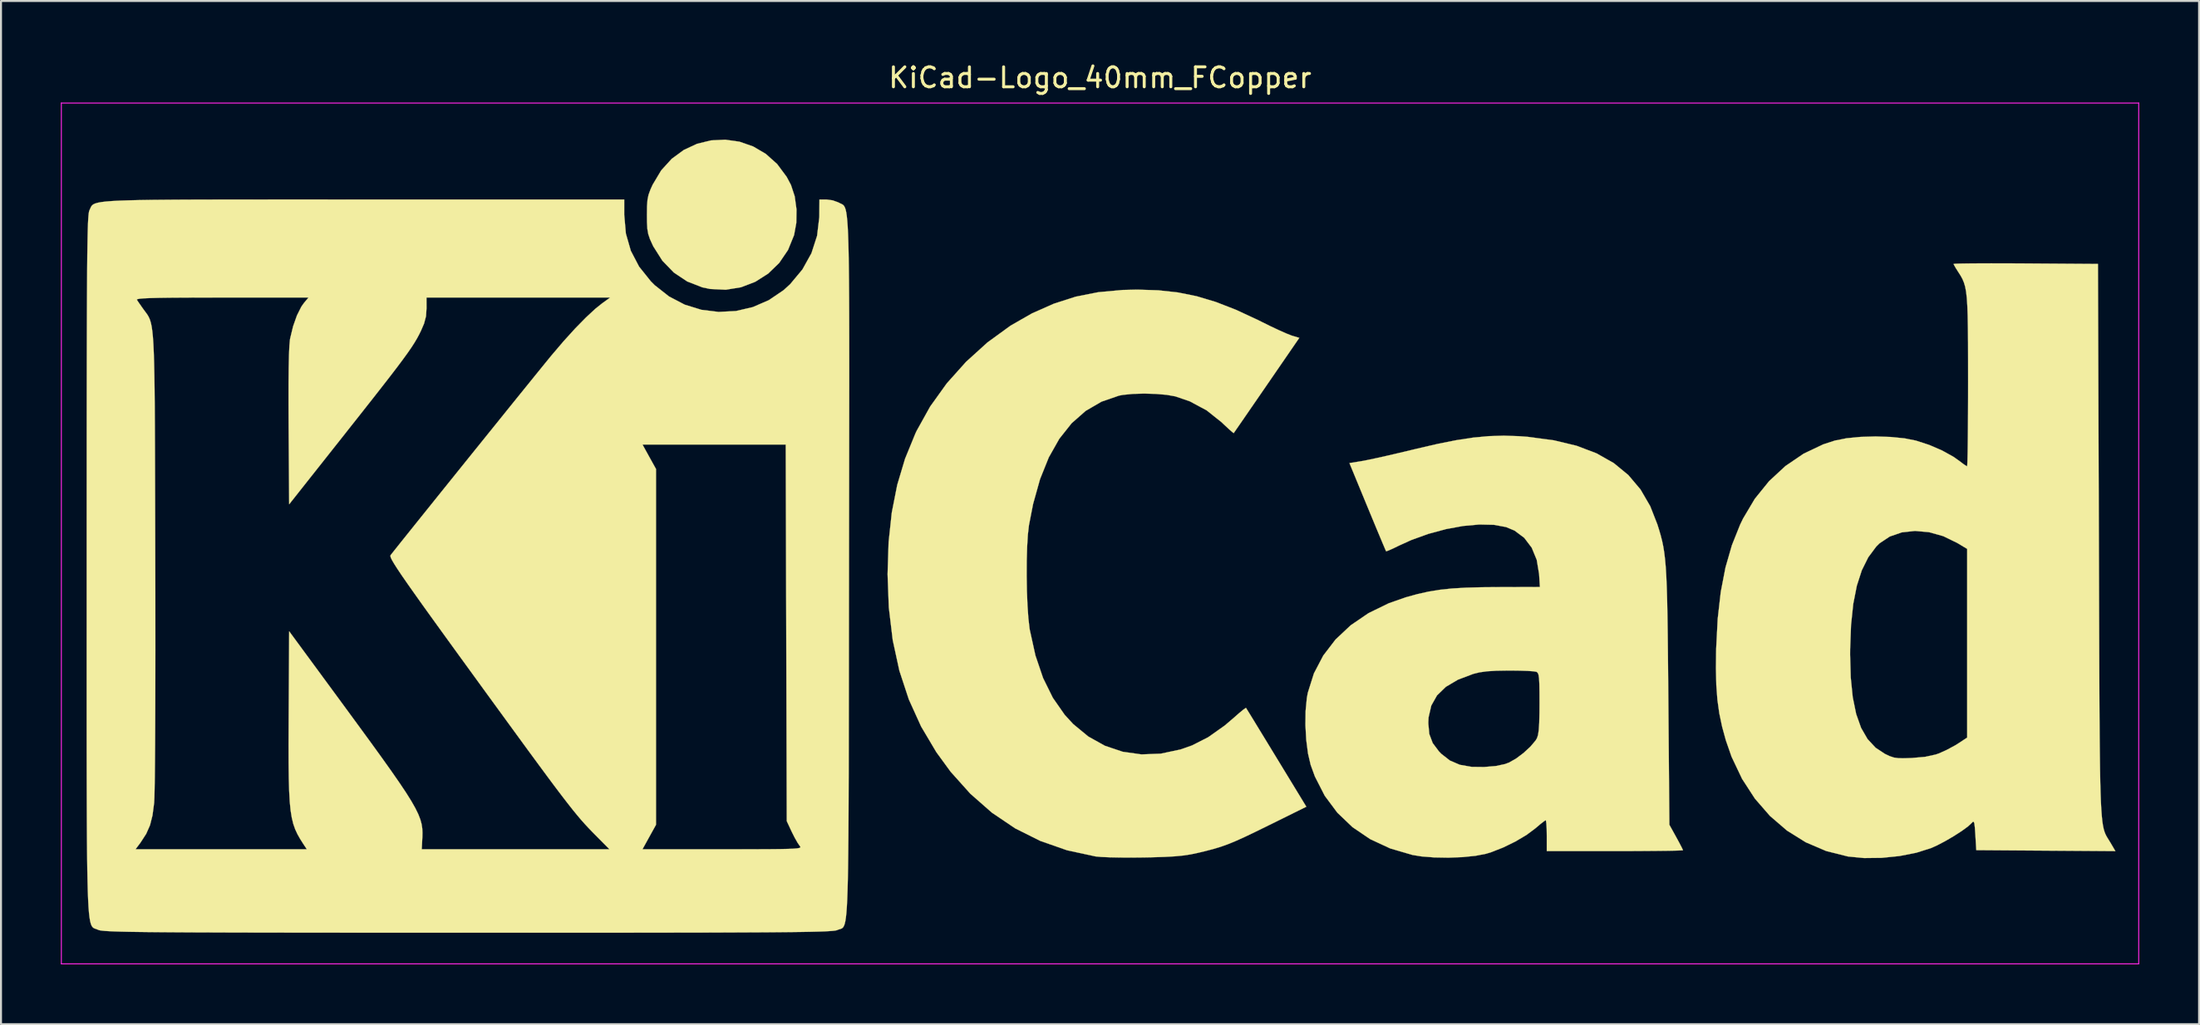
<source format=kicad_pcb>
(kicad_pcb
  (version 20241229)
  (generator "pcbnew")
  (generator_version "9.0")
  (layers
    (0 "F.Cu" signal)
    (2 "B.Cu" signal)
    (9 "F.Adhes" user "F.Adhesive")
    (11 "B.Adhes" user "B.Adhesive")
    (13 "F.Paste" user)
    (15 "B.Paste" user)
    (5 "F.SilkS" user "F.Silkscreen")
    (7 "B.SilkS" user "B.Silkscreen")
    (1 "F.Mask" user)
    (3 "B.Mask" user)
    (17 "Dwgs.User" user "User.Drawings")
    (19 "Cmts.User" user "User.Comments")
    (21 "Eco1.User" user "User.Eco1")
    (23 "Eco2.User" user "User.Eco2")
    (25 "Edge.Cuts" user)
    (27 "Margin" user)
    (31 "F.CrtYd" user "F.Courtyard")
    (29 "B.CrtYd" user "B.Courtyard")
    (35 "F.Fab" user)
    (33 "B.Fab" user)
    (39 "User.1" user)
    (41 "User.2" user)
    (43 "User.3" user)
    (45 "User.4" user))
  (footprint "KiCad-Logo_40mm_FCopper"
    (layer "F.Cu")
    (at 52.095 23.708)
    (property "Reference" "KiCad-Logo_40mm_FCopper" (at 0 -22.86 0) (layer "F.SilkS") (effects (font (size 1 1) (thickness 0.15))))
    (attr exclude_from_pos_files exclude_from_bom)
    (fp_poly (pts (xy -18.076 -19.651) (xy -17.392 -19.413) (xy -16.756 -19.04) (xy -16.187 -18.531) (xy -15.708 -17.886) (xy -15.493 -17.48) (xy -15.306 -16.911) (xy -15.216 -16.254) (xy -15.226 -15.579) (xy -15.337 -14.968) (xy -15.641 -14.22) (xy -16.081 -13.572) (xy -16.635 -13.035) (xy -17.282 -12.624) (xy -17.998 -12.349) (xy -18.761 -12.225) (xy -19.549 -12.263) (xy -19.938 -12.345) (xy -20.695 -12.64) (xy -21.367 -13.089) (xy -21.938 -13.679) (xy -22.393 -14.397) (xy -22.431 -14.475) (xy -22.564 -14.769) (xy -22.647 -15.017) (xy -22.693 -15.278) (xy -22.711 -15.613) (xy -22.714 -15.977) (xy -22.709 -16.415) (xy -22.686 -16.732) (xy -22.634 -16.987) (xy -22.541 -17.243) (xy -22.426 -17.496) (xy -21.998 -18.213) (xy -21.47 -18.793) (xy -20.864 -19.237) (xy -20.201 -19.545) (xy -19.501 -19.716) (xy -18.786 -19.751) (xy -18.076 -19.651)) (stroke (width 0.01) (type solid)) (fill yes) (layer "F.SilkS"))
    (fp_poly (pts (xy 2.917 -12.197) (xy 3.899 -12.09) (xy 4.85 -11.898) (xy 5.809 -11.61) (xy 6.815 -11.218) (xy 7.907 -10.711) (xy 8.103 -10.613) (xy 8.554 -10.39) (xy 8.98 -10.19) (xy 9.338 -10.031) (xy 9.586 -9.933) (xy 9.624 -9.92) (xy 9.989 -9.811) (xy 8.354 -7.432) (xy 7.954 -6.85) (xy 7.588 -6.319) (xy 7.27 -5.856) (xy 7.01 -5.479) (xy 6.822 -5.207) (xy 6.718 -5.057) (xy 6.701 -5.033) (xy 6.632 -5.083) (xy 6.463 -5.232) (xy 6.223 -5.454) (xy 6.091 -5.58) (xy 5.343 -6.175) (xy 4.502 -6.627) (xy 3.778 -6.875) (xy 3.343 -6.953) (xy 2.799 -7) (xy 2.209 -7.016) (xy 1.638 -7) (xy 1.148 -6.951) (xy 0.953 -6.914) (xy 0.074 -6.611) (xy -0.719 -6.149) (xy -1.424 -5.528) (xy -2.041 -4.75) (xy -2.569 -3.815) (xy -3.008 -2.723) (xy -3.356 -1.477) (xy -3.564 -0.41) (xy -3.618 0.061) (xy -3.655 0.67) (xy -3.675 1.372) (xy -3.678 2.125) (xy -3.666 2.883) (xy -3.637 3.605) (xy -3.593 4.245) (xy -3.534 4.76) (xy -3.521 4.839) (xy -3.239 6.12) (xy -2.855 7.253) (xy -2.366 8.244) (xy -1.771 9.098) (xy -1.348 9.559) (xy -0.588 10.186) (xy 0.245 10.651) (xy 1.138 10.951) (xy 2.076 11.083) (xy 3.045 11.046) (xy 4.031 10.837) (xy 4.614 10.632) (xy 5.422 10.221) (xy 6.253 9.633) (xy 6.719 9.235) (xy 6.981 9.004) (xy 7.187 8.835) (xy 7.304 8.754) (xy 7.318 8.751) (xy 7.37 8.835) (xy 7.506 9.054) (xy 7.713 9.392) (xy 7.979 9.829) (xy 8.295 10.346) (xy 8.647 10.924) (xy 8.843 11.246) (xy 10.342 13.707) (xy 8.471 14.632) (xy 7.795 14.964) (xy 7.247 15.226) (xy 6.794 15.43) (xy 6.402 15.591) (xy 6.039 15.72) (xy 5.67 15.831) (xy 5.262 15.937) (xy 4.871 16.03) (xy 4.523 16.102) (xy 4.159 16.156) (xy 3.744 16.196) (xy 3.239 16.224) (xy 2.609 16.244) (xy 2.185 16.252) (xy 1.579 16.258) (xy 0.999 16.255) (xy 0.481 16.245) (xy 0.066 16.227) (xy -0.209 16.202) (xy -0.226 16.2) (xy -1.656 15.891) (xy -2.999 15.421) (xy -4.254 14.793) (xy -5.421 14.005) (xy -6.499 13.058) (xy -7.489 11.953) (xy -8.206 10.97) (xy -8.969 9.684) (xy -9.585 8.326) (xy -10.059 6.885) (xy -10.392 5.35) (xy -10.588 3.711) (xy -10.65 2.046) (xy -10.599 0.435) (xy -10.439 -1.051) (xy -10.166 -2.437) (xy -9.774 -3.749) (xy -9.257 -5.012) (xy -9.196 -5.142) (xy -8.516 -6.365) (xy -7.682 -7.529) (xy -6.716 -8.609) (xy -5.643 -9.582) (xy -4.485 -10.424) (xy -3.407 -11.041) (xy -2.317 -11.524) (xy -1.225 -11.875) (xy -0.089 -12.101) (xy 1.135 -12.213) (xy 1.866 -12.23) (xy 2.917 -12.197)) (stroke (width 0.01) (type solid)) (fill yes) (layer "F.SilkS"))
    (fp_poly (pts (xy 45.37 -13.548) (xy 46.144 -13.545) (xy 46.407 -13.543) (xy 50.026 -13.519) (xy 50.072 0.364) (xy 50.078 2.247) (xy 50.083 3.956) (xy 50.088 5.501) (xy 50.093 6.891) (xy 50.098 8.133) (xy 50.104 9.238) (xy 50.111 10.214) (xy 50.12 11.07) (xy 50.13 11.814) (xy 50.142 12.456) (xy 50.157 13.005) (xy 50.174 13.468) (xy 50.195 13.855) (xy 50.219 14.176) (xy 50.246 14.438) (xy 50.278 14.651) (xy 50.314 14.823) (xy 50.355 14.963) (xy 50.401 15.08) (xy 50.453 15.184) (xy 50.511 15.282) (xy 50.574 15.384) (xy 50.644 15.498) (xy 50.659 15.522) (xy 50.9 15.934) (xy 43.927 15.886) (xy 43.881 15.12) (xy 43.856 14.753) (xy 43.83 14.54) (xy 43.795 14.456) (xy 43.743 14.473) (xy 43.699 14.522) (xy 43.507 14.699) (xy 43.195 14.926) (xy 42.806 15.177) (xy 42.384 15.424) (xy 41.974 15.64) (xy 41.659 15.782) (xy 40.921 16.015) (xy 40.074 16.181) (xy 39.181 16.272) (xy 38.304 16.282) (xy 37.506 16.205) (xy 37.493 16.203) (xy 36.401 15.929) (xy 35.379 15.492) (xy 34.436 14.903) (xy 33.583 14.169) (xy 32.829 13.301) (xy 32.185 12.308) (xy 31.659 11.2) (xy 31.373 10.378) (xy 31.185 9.691) (xy 31.045 9.026) (xy 30.949 8.342) (xy 30.894 7.599) (xy 30.875 6.757) (xy 30.883 6.069) (xy 37.601 6.069) (xy 37.633 7.222) (xy 37.733 8.215) (xy 37.905 9.055) (xy 38.152 9.752) (xy 38.476 10.314) (xy 38.881 10.75) (xy 39.348 11.058) (xy 39.592 11.173) (xy 39.803 11.242) (xy 40.038 11.274) (xy 40.354 11.276) (xy 40.695 11.264) (xy 41.364 11.205) (xy 41.894 11.089) (xy 42.06 11.031) (xy 42.44 10.86) (xy 42.841 10.645) (xy 43.016 10.538) (xy 43.471 10.239) (xy 43.471 0.776) (xy 42.971 0.476) (xy 42.272 0.136) (xy 41.559 -0.064) (xy 40.856 -0.127) (xy 40.191 -0.054) (xy 39.589 0.154) (xy 39.075 0.496) (xy 38.91 0.66) (xy 38.511 1.197) (xy 38.188 1.848) (xy 37.938 2.623) (xy 37.759 3.534) (xy 37.648 4.591) (xy 37.603 5.807) (xy 37.601 6.069) (xy 30.883 6.069) (xy 30.887 5.783) (xy 30.964 4.284) (xy 31.118 2.932) (xy 31.354 1.708) (xy 31.676 0.59) (xy 32.087 -0.439) (xy 32.234 -0.744) (xy 32.825 -1.739) (xy 33.54 -2.623) (xy 34.361 -3.383) (xy 35.272 -4.002) (xy 36.255 -4.469) (xy 36.845 -4.661) (xy 37.424 -4.775) (xy 38.121 -4.843) (xy 38.877 -4.865) (xy 39.634 -4.84) (xy 40.333 -4.77) (xy 40.895 -4.659) (xy 41.563 -4.442) (xy 42.211 -4.162) (xy 42.777 -3.849) (xy 43.079 -3.636) (xy 43.287 -3.478) (xy 43.433 -3.382) (xy 43.466 -3.368) (xy 43.476 -3.457) (xy 43.486 -3.709) (xy 43.495 -4.108) (xy 43.502 -4.635) (xy 43.508 -5.273) (xy 43.513 -6.005) (xy 43.516 -6.811) (xy 43.517 -7.633) (xy 43.516 -8.685) (xy 43.514 -9.572) (xy 43.507 -10.311) (xy 43.496 -10.919) (xy 43.478 -11.413) (xy 43.452 -11.809) (xy 43.416 -12.125) (xy 43.369 -12.378) (xy 43.308 -12.584) (xy 43.234 -12.762) (xy 43.144 -12.926) (xy 43.036 -13.096) (xy 43.022 -13.117) (xy 42.884 -13.336) (xy 42.8 -13.487) (xy 42.789 -13.518) (xy 42.876 -13.528) (xy 43.127 -13.537) (xy 43.521 -13.543) (xy 44.039 -13.547) (xy 44.662 -13.549) (xy 45.37 -13.548)) (stroke (width 0.01) (type solid)) (fill yes) (layer "F.SilkS"))
    (fp_poly (pts (xy 21.003 -4.879) (xy 21.454 -4.845) (xy 22.745 -4.673) (xy 23.888 -4.399) (xy 24.889 -4.019) (xy 25.753 -3.53) (xy 26.486 -2.927) (xy 27.094 -2.207) (xy 27.583 -1.365) (xy 27.939 -0.455) (xy 28.03 -0.165) (xy 28.109 0.107) (xy 28.177 0.375) (xy 28.235 0.654) (xy 28.284 0.958) (xy 28.325 1.303) (xy 28.36 1.702) (xy 28.388 2.171) (xy 28.411 2.723) (xy 28.43 3.374) (xy 28.445 4.139) (xy 28.458 5.031) (xy 28.469 6.066) (xy 28.48 7.259) (xy 28.488 8.194) (xy 28.541 14.612) (xy 28.882 15.229) (xy 29.044 15.527) (xy 29.164 15.758) (xy 29.222 15.881) (xy 29.224 15.89) (xy 29.136 15.899) (xy 28.886 15.908) (xy 28.494 15.916) (xy 27.979 15.922) (xy 27.362 15.927) (xy 26.663 15.931) (xy 25.901 15.932) (xy 25.81 15.932) (xy 22.396 15.932) (xy 22.396 15.158) (xy 22.39 14.808) (xy 22.374 14.541) (xy 22.352 14.398) (xy 22.342 14.384) (xy 22.252 14.44) (xy 22.066 14.586) (xy 21.824 14.791) (xy 21.819 14.795) (xy 21.378 15.124) (xy 20.82 15.454) (xy 20.21 15.752) (xy 19.61 15.988) (xy 19.346 16.068) (xy 18.82 16.17) (xy 18.175 16.235) (xy 17.469 16.263) (xy 16.762 16.251) (xy 16.113 16.2) (xy 15.659 16.126) (xy 14.545 15.799) (xy 13.542 15.333) (xy 12.657 14.733) (xy 11.896 14.006) (xy 11.265 13.158) (xy 10.772 12.193) (xy 10.559 11.608) (xy 10.426 11.039) (xy 10.338 10.356) (xy 10.297 9.622) (xy 10.298 9.515) (xy 16.455 9.515) (xy 16.506 10.06) (xy 16.676 10.513) (xy 16.991 10.934) (xy 17.111 11.057) (xy 17.54 11.391) (xy 18.036 11.604) (xy 18.63 11.708) (xy 19.256 11.715) (xy 19.849 11.665) (xy 20.304 11.567) (xy 20.501 11.493) (xy 20.857 11.292) (xy 21.233 11.009) (xy 21.577 10.691) (xy 21.834 10.386) (xy 21.902 10.274) (xy 21.955 10.117) (xy 21.993 9.868) (xy 22.017 9.502) (xy 22.029 8.996) (xy 22.032 8.514) (xy 22.03 7.952) (xy 22.023 7.546) (xy 22.008 7.269) (xy 21.983 7.094) (xy 21.944 6.996) (xy 21.889 6.947) (xy 21.872 6.939) (xy 21.725 6.915) (xy 21.435 6.895) (xy 21.042 6.882) (xy 20.583 6.876) (xy 20.484 6.876) (xy 19.871 6.886) (xy 19.398 6.915) (xy 19.022 6.967) (xy 18.711 7.044) (xy 17.941 7.335) (xy 17.337 7.693) (xy 16.893 8.124) (xy 16.606 8.633) (xy 16.469 9.227) (xy 16.455 9.515) (xy 10.298 9.515) (xy 10.306 8.899) (xy 10.368 8.252) (xy 10.416 7.991) (xy 10.722 7.02) (xy 11.189 6.127) (xy 11.806 5.32) (xy 12.565 4.607) (xy 13.458 3.998) (xy 14.475 3.501) (xy 15.34 3.199) (xy 15.918 3.04) (xy 16.471 2.917) (xy 17.034 2.825) (xy 17.644 2.761) (xy 18.337 2.72) (xy 19.147 2.698) (xy 19.88 2.692) (xy 22.052 2.686) (xy 22.01 2.033) (xy 21.892 1.324) (xy 21.641 0.715) (xy 21.267 0.221) (xy 20.781 -0.143) (xy 20.354 -0.321) (xy 19.741 -0.433) (xy 19.011 -0.449) (xy 18.199 -0.375) (xy 17.339 -0.217) (xy 16.465 0.019) (xy 15.61 0.327) (xy 14.989 0.609) (xy 14.691 0.754) (xy 14.463 0.855) (xy 14.347 0.895) (xy 14.341 0.893) (xy 14.301 0.805) (xy 14.201 0.571) (xy 14.051 0.213) (xy 13.859 -0.246) (xy 13.636 -0.784) (xy 13.409 -1.332) (xy 12.503 -3.529) (xy 13.148 -3.635) (xy 13.427 -3.688) (xy 13.847 -3.777) (xy 14.372 -3.894) (xy 14.965 -4.032) (xy 15.592 -4.181) (xy 15.841 -4.241) (xy 16.919 -4.491) (xy 17.864 -4.679) (xy 18.709 -4.808) (xy 19.491 -4.881) (xy 20.243 -4.904) (xy 21.003 -4.879)) (stroke (width 0.01) (type solid)) (fill yes) (layer "F.SilkS"))
    (fp_poly (pts (xy -39.491 -16.752) (xy -37.737 -16.751) (xy -36.921 -16.751) (xy -23.852 -16.751) (xy -23.852 -15.981) (xy -23.77 -15.043) (xy -23.522 -14.179) (xy -23.106 -13.382) (xy -22.519 -12.648) (xy -22.32 -12.449) (xy -21.606 -11.887) (xy -20.819 -11.476) (xy -19.982 -11.218) (xy -19.118 -11.112) (xy -18.251 -11.157) (xy -17.405 -11.354) (xy -16.602 -11.703) (xy -15.866 -12.202) (xy -15.535 -12.503) (xy -14.919 -13.242) (xy -14.468 -14.054) (xy -14.184 -14.931) (xy -14.073 -15.863) (xy -14.071 -15.955) (xy -14.066 -16.751) (xy -13.715 -16.751) (xy -13.405 -16.709) (xy -13.121 -16.607) (xy -13.102 -16.596) (xy -13.038 -16.563) (xy -12.98 -16.537) (xy -12.926 -16.511) (xy -12.877 -16.477) (xy -12.832 -16.428) (xy -12.792 -16.356) (xy -12.756 -16.254) (xy -12.724 -16.114) (xy -12.696 -15.928) (xy -12.672 -15.689) (xy -12.65 -15.39) (xy -12.632 -15.023) (xy -12.617 -14.58) (xy -12.604 -14.054) (xy -12.594 -13.438) (xy -12.586 -12.723) (xy -12.58 -11.902) (xy -12.576 -10.968) (xy -12.574 -9.913) (xy -12.573 -8.73) (xy -12.573 -7.411) (xy -12.575 -5.948) (xy -12.577 -4.335) (xy -12.579 -2.562) (xy -12.582 -0.624) (xy -12.585 1.488) (xy -12.585 1.745) (xy -12.588 3.871) (xy -12.59 5.822) (xy -12.592 7.606) (xy -12.595 9.23) (xy -12.597 10.703) (xy -12.6 12.031) (xy -12.604 13.223) (xy -12.609 14.285) (xy -12.615 15.225) (xy -12.623 16.051) (xy -12.632 16.77) (xy -12.644 17.391) (xy -12.658 17.919) (xy -12.674 18.364) (xy -12.693 18.732) (xy -12.715 19.031) (xy -12.74 19.268) (xy -12.769 19.452) (xy -12.801 19.589) (xy -12.838 19.688) (xy -12.878 19.755) (xy -12.923 19.798) (xy -12.973 19.825) (xy -13.027 19.844) (xy -13.087 19.861) (xy -13.152 19.885) (xy -13.168 19.892) (xy -13.218 19.908) (xy -13.302 19.923) (xy -13.426 19.937) (xy -13.599 19.949) (xy -13.828 19.961) (xy -14.12 19.971) (xy -14.481 19.98) (xy -14.921 19.988) (xy -15.445 19.995) (xy -16.061 20.001) (xy -16.777 20.007) (xy -17.599 20.011) (xy -18.536 20.015) (xy -19.594 20.019) (xy -20.78 20.021) (xy -22.103 20.023) (xy -23.569 20.025) (xy -25.185 20.026) (xy -26.96 20.026) (xy -28.899 20.027) (xy -31.011 20.027) (xy -31.695 20.027) (xy -33.854 20.026) (xy -35.839 20.026) (xy -37.656 20.025) (xy -39.313 20.024) (xy -40.818 20.022) (xy -42.177 20.02) (xy -43.399 20.018) (xy -44.491 20.014) (xy -45.459 20.011) (xy -46.312 20.006) (xy -47.057 20.001) (xy -47.701 19.995) (xy -48.252 19.988) (xy -48.717 19.981) (xy -49.103 19.972) (xy -49.419 19.962) (xy -49.67 19.951) (xy -49.865 19.94) (xy -50.011 19.926) (xy -50.116 19.912) (xy -50.186 19.896) (xy -50.225 19.882) (xy -50.293 19.853) (xy -50.355 19.832) (xy -50.413 19.811) (xy -50.465 19.782) (xy -50.512 19.738) (xy -50.555 19.672) (xy -50.593 19.576) (xy -50.627 19.442) (xy -50.657 19.262) (xy -50.684 19.031) (xy -50.707 18.739) (xy -50.726 18.379) (xy -50.743 17.944) (xy -50.757 17.426) (xy -50.769 16.818) (xy -50.778 16.112) (xy -50.781 15.841) (xy -48.351 15.841) (xy -39.763 15.841) (xy -39.929 15.591) (xy -40.093 15.333) (xy -40.232 15.088) (xy -40.348 14.838) (xy -40.443 14.567) (xy -40.518 14.255) (xy -40.577 13.888) (xy -40.62 13.447) (xy -40.649 12.916) (xy -40.668 12.277) (xy -40.677 11.513) (xy -40.679 10.607) (xy -40.675 9.542) (xy -40.673 9.146) (xy -40.649 4.907) (xy -37.963 8.563) (xy -37.203 9.601) (xy -36.543 10.504) (xy -35.979 11.285) (xy -35.502 11.956) (xy -35.105 12.529) (xy -34.781 13.015) (xy -34.523 13.428) (xy -34.325 13.778) (xy -34.178 14.078) (xy -34.076 14.34) (xy -34.011 14.575) (xy -33.977 14.796) (xy -33.967 15.014) (xy -33.972 15.242) (xy -33.974 15.271) (xy -34.003 15.841) (xy -29.297 15.841) (xy -24.592 15.841) (xy -25.292 15.135) (xy -25.482 14.942) (xy -25.662 14.754) (xy -25.84 14.561) (xy -26.025 14.353) (xy -26.223 14.118) (xy -26.443 13.848) (xy -26.693 13.53) (xy -26.981 13.156) (xy -27.315 12.715) (xy -27.702 12.195) (xy -28.15 11.588) (xy -28.668 10.883) (xy -29.262 10.068) (xy -29.942 9.135) (xy -30.716 8.072) (xy -31.349 7.2) (xy -32.145 6.104) (xy -32.838 5.147) (xy -33.437 4.317) (xy -33.947 3.608) (xy -34.373 3.008) (xy -34.724 2.51) (xy -35.005 2.104) (xy -35.221 1.781) (xy -35.38 1.532) (xy -35.488 1.348) (xy -35.551 1.22) (xy -35.576 1.139) (xy -35.568 1.096) (xy -35.48 0.982) (xy -35.288 0.74) (xy -35.006 0.386) (xy -34.643 -0.067) (xy -34.213 -0.604) (xy -33.725 -1.211) (xy -33.193 -1.874) (xy -32.627 -2.578) (xy -32.039 -3.309) (xy -31.441 -4.052) (xy -31.111 -4.461) (xy -22.938 -4.461) (xy -22.599 -3.846) (xy -22.259 -3.232) (xy -22.259 14.612) (xy -22.599 15.226) (xy -22.938 15.841) (xy -18.92 15.841) (xy -17.961 15.841) (xy -17.169 15.839) (xy -16.528 15.836) (xy -16.024 15.831) (xy -15.642 15.823) (xy -15.366 15.812) (xy -15.181 15.796) (xy -15.071 15.776) (xy -15.023 15.75) (xy -15.021 15.718) (xy -15.048 15.679) (xy -15.049 15.679) (xy -15.163 15.513) (xy -15.315 15.243) (xy -15.45 14.974) (xy -15.704 14.43) (xy -15.73 4.984) (xy -15.756 -4.461) (xy -22.938 -4.461) (xy -31.111 -4.461) (xy -30.843 -4.794) (xy -30.258 -5.519) (xy -29.698 -6.215) (xy -29.173 -6.865) (xy -28.695 -7.456) (xy -28.276 -7.974) (xy -27.928 -8.403) (xy -27.661 -8.731) (xy -27.505 -8.922) (xy -26.897 -9.636) (xy -26.312 -10.281) (xy -25.77 -10.834) (xy -25.293 -11.276) (xy -24.954 -11.547) (xy -24.553 -11.835) (xy -33.766 -11.835) (xy -33.764 -11.295) (xy -33.789 -10.897) (xy -33.886 -10.529) (xy -34.036 -10.179) (xy -34.133 -9.982) (xy -34.238 -9.786) (xy -34.36 -9.58) (xy -34.508 -9.349) (xy -34.692 -9.081) (xy -34.922 -8.763) (xy -35.206 -8.382) (xy -35.556 -7.924) (xy -35.98 -7.378) (xy -36.488 -6.729) (xy -37.089 -5.966) (xy -37.793 -5.075) (xy -37.872 -4.974) (xy -40.649 -1.463) (xy -40.676 -5.352) (xy -40.681 -6.516) (xy -40.68 -7.503) (xy -40.672 -8.313) (xy -40.658 -8.952) (xy -40.637 -9.421) (xy -40.609 -9.725) (xy -40.599 -9.783) (xy -40.452 -10.39) (xy -40.259 -10.937) (xy -40.038 -11.377) (xy -39.906 -11.563) (xy -39.677 -11.835) (xy -44.015 -11.835) (xy -45.05 -11.834) (xy -45.915 -11.831) (xy -46.623 -11.826) (xy -47.188 -11.818) (xy -47.62 -11.807) (xy -47.934 -11.793) (xy -48.141 -11.775) (xy -48.254 -11.753) (xy -48.286 -11.727) (xy -48.284 -11.721) (xy -48.192 -11.583) (xy -48.039 -11.363) (xy -47.959 -11.251) (xy -47.877 -11.14) (xy -47.803 -11.041) (xy -47.737 -10.944) (xy -47.679 -10.838) (xy -47.627 -10.716) (xy -47.582 -10.566) (xy -47.542 -10.378) (xy -47.509 -10.144) (xy -47.48 -9.854) (xy -47.456 -9.497) (xy -47.436 -9.063) (xy -47.42 -8.544) (xy -47.407 -7.929) (xy -47.396 -7.208) (xy -47.388 -6.372) (xy -47.382 -5.411) (xy -47.377 -4.315) (xy -47.373 -3.075) (xy -47.369 -1.68) (xy -47.365 -0.121) (xy -47.362 1.311) (xy -47.358 2.908) (xy -47.357 4.431) (xy -47.356 5.872) (xy -47.358 7.219) (xy -47.361 8.464) (xy -47.365 9.597) (xy -47.37 10.608) (xy -47.377 11.487) (xy -47.385 12.225) (xy -47.395 12.812) (xy -47.405 13.238) (xy -47.417 13.493) (xy -47.419 13.52) (xy -47.5 14.139) (xy -47.625 14.635) (xy -47.817 15.069) (xy -48.095 15.498) (xy -48.129 15.545) (xy -48.351 15.841) (xy -50.781 15.841) (xy -50.786 15.3) (xy -50.791 14.376) (xy -50.795 13.332) (xy -50.798 12.159) (xy -50.8 10.851) (xy -50.801 9.4) (xy -50.801 7.798) (xy -50.801 6.038) (xy -50.8 4.113) (xy -50.8 2.014) (xy -50.8 1.598) (xy -50.8 -0.523) (xy -50.799 -2.469) (xy -50.799 -4.248) (xy -50.798 -5.867) (xy -50.796 -7.334) (xy -50.794 -8.656) (xy -50.791 -9.841) (xy -50.788 -10.897) (xy -50.784 -11.83) (xy -50.779 -12.648) (xy -50.774 -13.359) (xy -50.768 -13.97) (xy -50.76 -14.488) (xy -50.752 -14.922) (xy -50.743 -15.278) (xy -50.733 -15.564) (xy -50.721 -15.788) (xy -50.708 -15.956) (xy -50.694 -16.077) (xy -50.679 -16.158) (xy -50.663 -16.207) (xy -50.662 -16.208) (xy -50.628 -16.282) (xy -50.599 -16.349) (xy -50.567 -16.409) (xy -50.524 -16.463) (xy -50.46 -16.511) (xy -50.367 -16.553) (xy -50.236 -16.59) (xy -50.057 -16.623) (xy -49.824 -16.65) (xy -49.525 -16.674) (xy -49.154 -16.693) (xy -48.701 -16.709) (xy -48.157 -16.722) (xy -47.514 -16.732) (xy -46.762 -16.739) (xy -45.894 -16.745) (xy -44.9 -16.748) (xy -43.771 -16.75) (xy -42.5 -16.751) (xy -41.076 -16.752) (xy -39.491 -16.752)) (stroke (width 0.01) (type solid)) (fill yes) (layer "F.SilkS"))
    (fp_line (start -52.07 -21.59) (end 52.07 -21.59) (stroke (width 0.05) (type solid)) (layer "F.CrtYd"))
    (fp_line (start -52.07 21.59) (end -52.07 -21.59) (stroke (width 0.05) (type solid)) (layer "F.CrtYd"))
    (fp_line (start 52.07 -21.59) (end 52.07 21.59) (stroke (width 0.05) (type solid)) (layer "F.CrtYd"))
    (fp_line (start 52.07 21.59) (end -52.07 21.59) (stroke (width 0.05) (type solid)) (layer "F.CrtYd")))
  (gr_rect
    (start -3 -3)
    (end 107.19 48.323)
    (stroke (width 0.1) (type default))
    (fill no)
    (layer "Edge.Cuts")))
</source>
